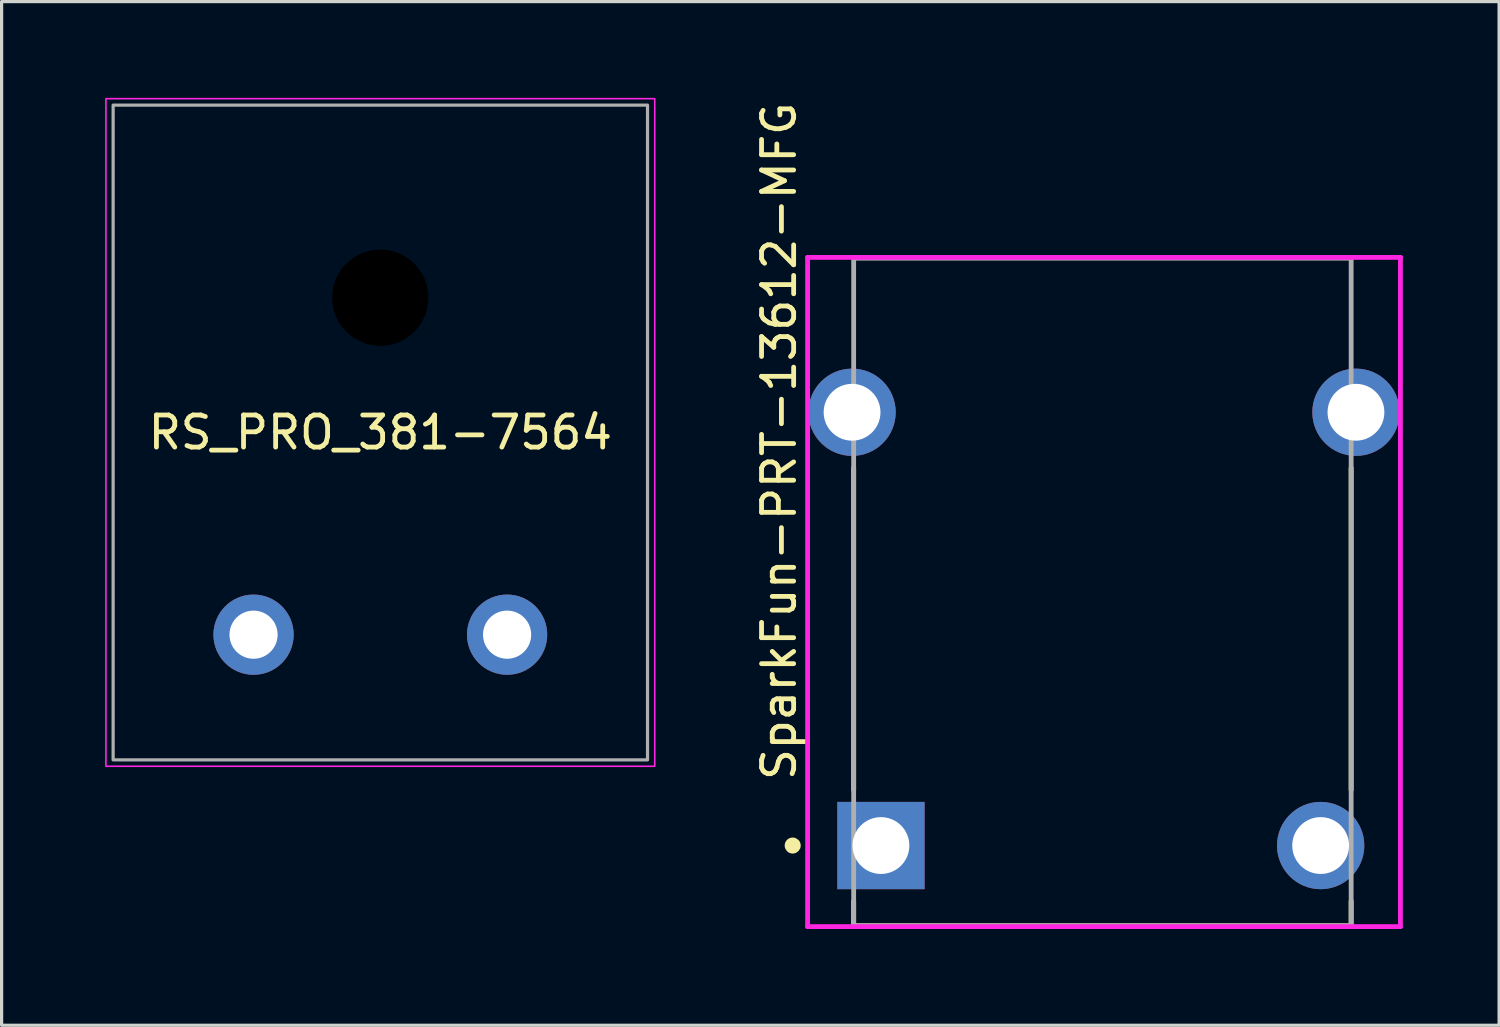
<source format=kicad_pcb>
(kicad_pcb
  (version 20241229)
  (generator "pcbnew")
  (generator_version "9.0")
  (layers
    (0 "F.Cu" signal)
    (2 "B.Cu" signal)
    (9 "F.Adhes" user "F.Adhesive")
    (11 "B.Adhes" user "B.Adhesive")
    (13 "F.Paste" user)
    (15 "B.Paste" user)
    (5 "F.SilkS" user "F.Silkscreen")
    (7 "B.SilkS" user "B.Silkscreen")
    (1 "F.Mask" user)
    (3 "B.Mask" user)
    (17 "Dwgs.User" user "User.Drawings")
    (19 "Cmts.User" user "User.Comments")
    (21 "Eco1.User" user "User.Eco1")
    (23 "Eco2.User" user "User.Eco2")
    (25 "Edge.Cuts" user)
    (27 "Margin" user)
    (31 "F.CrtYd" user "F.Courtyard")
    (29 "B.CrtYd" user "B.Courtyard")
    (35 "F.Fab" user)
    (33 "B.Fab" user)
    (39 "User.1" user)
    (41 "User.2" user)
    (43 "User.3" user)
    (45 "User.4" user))
  (footprint "SparkFun-PRT-13612-MFG"
    (layer "F.Cu")
    (at 31.298 15.395)
    (property "Reference" "SparkFun-PRT-13612-MFG" (at -10.075 5.95 90) (layer "F.SilkS") (effects (font (size 1 1) (thickness 0.15)) (justify left)))
    (attr through_hole)
    (fp_line (start -7.75 6.165) (end -7.75 -3.865) (stroke (width 0.15) (type solid)) (layer "F.SilkS"))
    (fp_line (start -7.75 10.4) (end -7.75 9.635) (stroke (width 0.15) (type solid)) (layer "F.SilkS"))
    (fp_line (start -7.75 10.4) (end 7.75 10.4) (stroke (width 0.15) (type solid)) (layer "F.SilkS"))
    (fp_line (start 7.75 6.165) (end 7.75 -3.865) (stroke (width 0.15) (type solid)) (layer "F.SilkS"))
    (fp_line (start 7.75 10.4) (end 7.75 9.635) (stroke (width 0.15) (type solid)) (layer "F.SilkS"))
    (fp_circle (center -9.65 7.9) (end -9.525 7.9) (stroke (width 0.25) (type solid)) (fill no) (layer "F.SilkS"))
    (fp_line (start -9.185 -10.425) (end -9.185 10.425) (stroke (width 0.15) (type solid)) (layer "F.CrtYd"))
    (fp_line (start -9.185 10.425) (end 9.285 10.425) (stroke (width 0.15) (type solid)) (layer "F.CrtYd"))
    (fp_line (start 9.285 -10.425) (end -9.185 -10.425) (stroke (width 0.15) (type solid)) (layer "F.CrtYd"))
    (fp_line (start 9.285 -10.425) (end 9.285 -10.425) (stroke (width 0.15) (type solid)) (layer "F.CrtYd"))
    (fp_line (start 9.285 10.425) (end 9.285 -10.425) (stroke (width 0.15) (type solid)) (layer "F.CrtYd"))
    (fp_line (start -7.75 -10.4) (end 7.75 -10.4) (stroke (width 0.15) (type solid)) (layer "F.Fab"))
    (fp_line (start -7.75 10.4) (end -7.75 -10.4) (stroke (width 0.15) (type solid)) (layer "F.Fab"))
    (fp_line (start 7.75 -10.4) (end 7.75 10.4) (stroke (width 0.15) (type solid)) (layer "F.Fab"))
    (fp_line (start 7.75 10.4) (end -7.75 10.4) (stroke (width 0.15) (type solid)) (layer "F.Fab"))
    (pad "1" thru_hole rect (at -6.9 7.9 180) (size 2.72 2.72) (drill 1.77) (layers "*.Cu"))
    (pad "2" thru_hole circle (at 6.8 7.9 180) (size 2.72 2.72) (drill 1.77) (layers "*.Cu"))
    (pad "3" thru_hole circle (at -7.8 -5.6 180) (size 2.72 2.72) (drill 1.77) (layers "*.Cu"))
    (pad "4" thru_hole circle (at 7.9 -5.6 180) (size 2.72 2.72) (drill 1.77) (layers "*.Cu")))
  (footprint "RS_PRO_381-7564"
    (layer "F.Cu")
    (at 0.25 20.825)
    (property "Reference" "RS_PRO_381-7564" (at 8.55 -10.4 0) (unlocked yes) (layer "F.SilkS") (effects (font (size 1 1) (thickness 0.15))))
    (attr through_hole)
    (fp_rect (start 0 -20.8) (end 17.1 0) (stroke (width 0.05) (type default)) (fill no) (layer "F.CrtYd"))
    (fp_rect (start 0.225 -20.6) (end 16.875 -0.2) (stroke (width 0.1) (type default)) (fill no) (layer "F.Fab"))
    (pad "" np_thru_hole circle (at 8.55 -14.6) (size 3 3) (drill 3) (layers "*.Mask"))
    (pad "1" thru_hole circle (at 4.6 -4.1) (size 2.5 2.5) (drill 1.5) (layers "*.Cu" "*.Mask"))
    (pad "2" thru_hole circle (at 12.5 -4.1) (size 2.5 2.5) (drill 1.5) (layers "*.Cu" "*.Mask")))
  (gr_rect
    (start -3 -3)
    (end 43.658 28.895)
    (stroke (width 0.1) (type default))
    (fill no)
    (layer "Edge.Cuts")))
</source>
